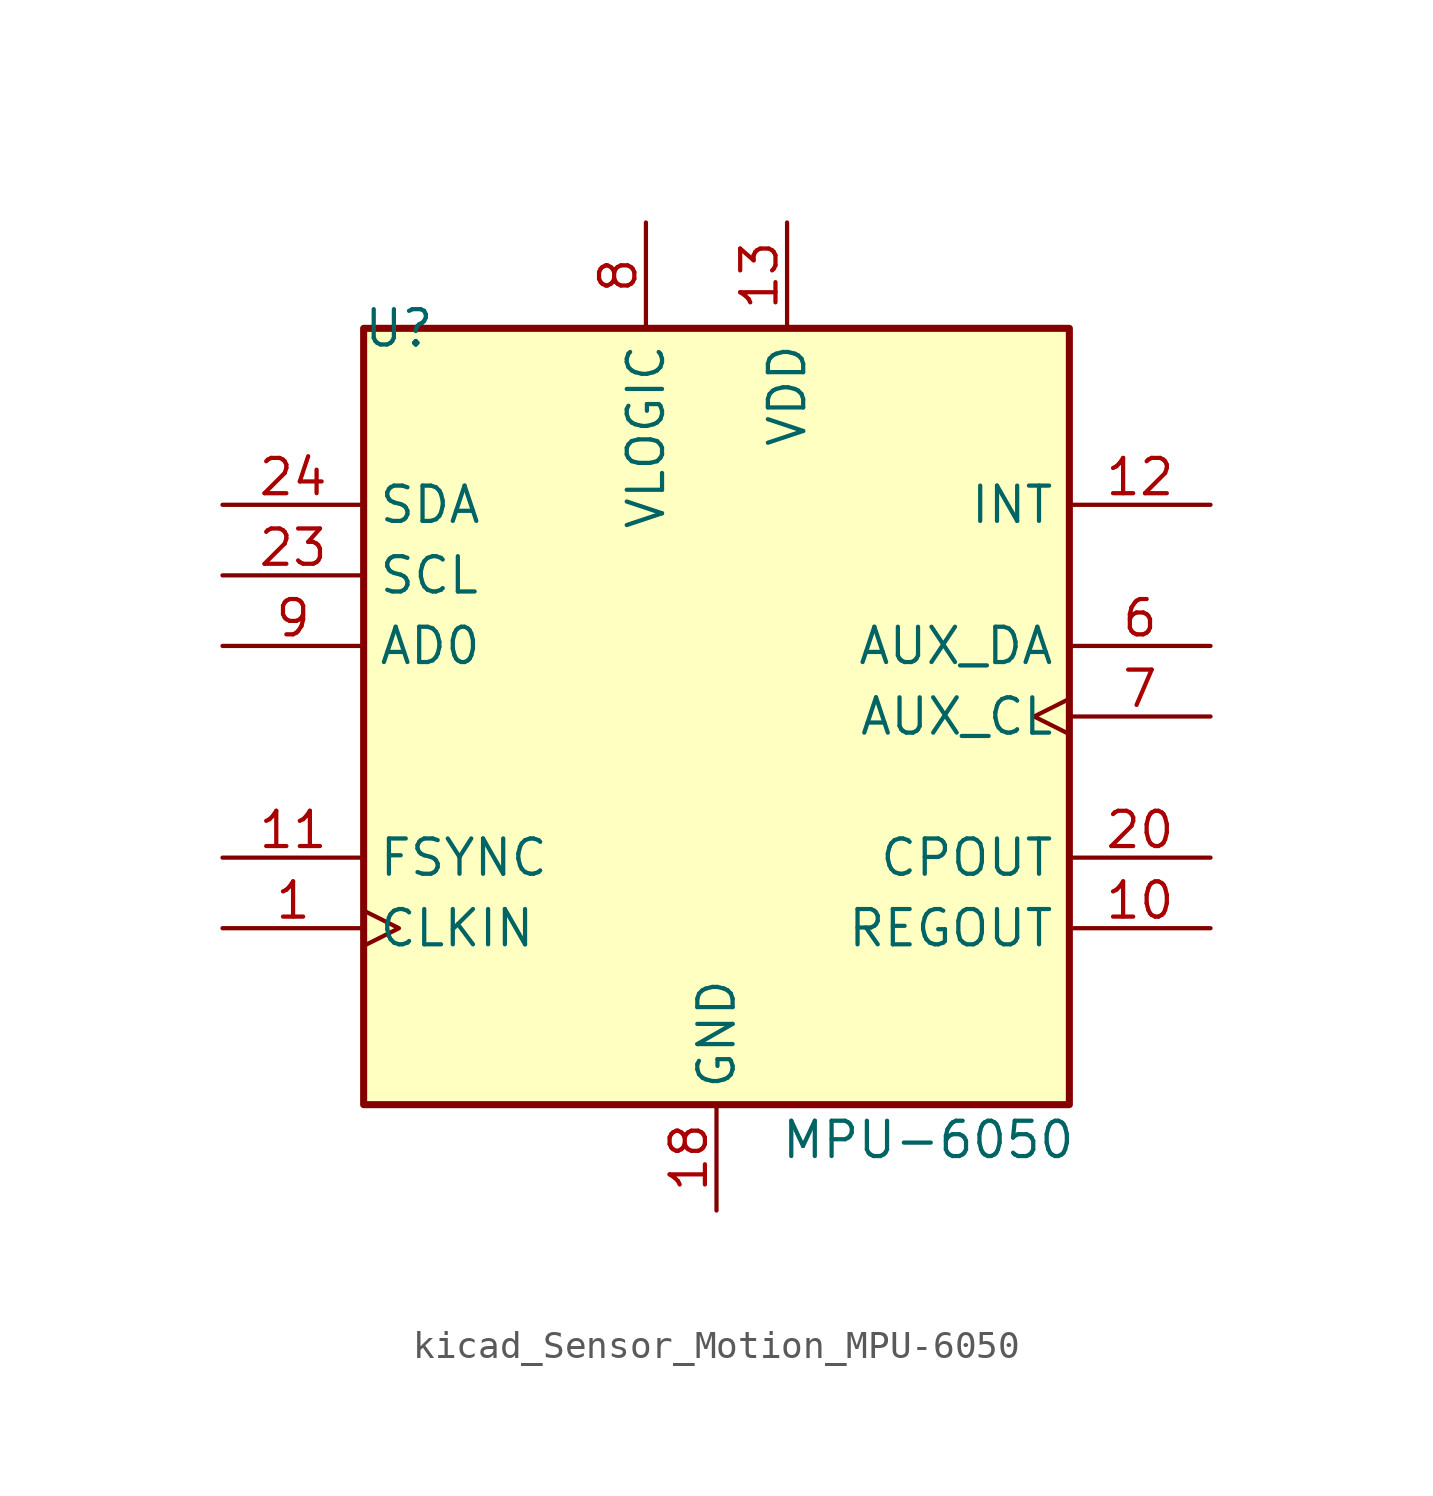
<source format=kicad_sym>
(kicad_symbol_lib
  (version 20220914)
  (generator kicad_symbol_editor)
  (symbol "kicad_Sensor_Motion_MPU-6050"
    (property "Reference" "U"
      (at -11.43 13.97 0)
      (effects (font (size 1.27 1.27))))
    (property "Value" "MPU-6050"
      (at 7.62 -15.24 0)
      (effects (font (size 1.27 1.27))))
    (symbol "kicad_Sensor_Motion_MPU-6050_0_0"
      (text "" (at 12.7 -2.54 0) (effects (font (size 1.27 1.27)))))
    (symbol "kicad_Sensor_Motion_MPU-6050_0_1"
      (rectangle (start -12.7 13.97) (end 12.7 -13.97) (stroke (width 0.254) (type default)) (fill (type background))))
    (symbol "kicad_Sensor_Motion_MPU-6050_1_1"
      (pin input clock (at -17.78 -7.62 0) (length 5.08) (name "CLKIN" (effects (font (size 1.27 1.27)))) (number "1" (effects (font (size 1.27 1.27)))))
      (pin passive line (at 17.78 -7.62 180) (length 5.08) (name "REGOUT" (effects (font (size 1.27 1.27)))) (number "10" (effects (font (size 1.27 1.27)))))
      (pin input line (at -17.78 -5.08 0) (length 5.08) (name "FSYNC" (effects (font (size 1.27 1.27)))) (number "11" (effects (font (size 1.27 1.27)))))
      (pin output line (at 17.78 7.62 180) (length 5.08) (name "INT" (effects (font (size 1.27 1.27)))) (number "12" (effects (font (size 1.27 1.27)))))
      (pin power_in line (at 2.54 17.78 270) (length 3.81) (name "VDD" (effects (font (size 1.27 1.27)))) (number "13" (effects (font (size 1.27 1.27)))))
      (pin no_connect line (at -12.7 -10.16 0) (length 2.54) hide (name "NC" (effects (font (size 1.27 1.27)))) (number "14" (effects (font (size 1.27 1.27)))))
      (pin no_connect line (at 12.7 12.7 180) (length 2.54) hide (name "NC" (effects (font (size 1.27 1.27)))) (number "15" (effects (font (size 1.27 1.27)))))
      (pin no_connect line (at 12.7 10.16 180) (length 2.54) hide (name "NC" (effects (font (size 1.27 1.27)))) (number "16" (effects (font (size 1.27 1.27)))))
      (pin no_connect line (at 12.7 5.08 180) (length 2.54) hide (name "NC" (effects (font (size 1.27 1.27)))) (number "17" (effects (font (size 1.27 1.27)))))
      (pin power_in line (at 0 -17.78 90) (length 3.81) (name "GND" (effects (font (size 1.27 1.27)))) (number "18" (effects (font (size 1.27 1.27)))))
      (pin no_connect line (at 12.7 -10.16 180) (length 2.54) hide (name "RESV" (effects (font (size 1.27 1.27)))) (number "19" (effects (font (size 1.27 1.27)))))
      (pin no_connect line (at -12.7 12.7 0) (length 2.54) hide (name "NC" (effects (font (size 1.27 1.27)))) (number "2" (effects (font (size 1.27 1.27)))))
      (pin passive line (at 17.78 -5.08 180) (length 5.08) (name "CPOUT" (effects (font (size 1.27 1.27)))) (number "20" (effects (font (size 1.27 1.27)))))
      (pin no_connect line (at 12.7 -2.54 180) (length 2.54) hide (name "RESV" (effects (font (size 1.27 1.27)))) (number "21" (effects (font (size 1.27 1.27)))))
      (pin no_connect line (at 12.7 -12.7 180) (length 2.54) hide (name "RESV" (effects (font (size 1.27 1.27)))) (number "22" (effects (font (size 1.27 1.27)))))
      (pin input line (at -17.78 5.08 0) (length 5.08) (name "SCL" (effects (font (size 1.27 1.27)))) (number "23" (effects (font (size 1.27 1.27)))))
      (pin bidirectional line (at -17.78 7.62 0) (length 5.08) (name "SDA" (effects (font (size 1.27 1.27)))) (number "24" (effects (font (size 1.27 1.27)))))
      (pin no_connect line (at -12.7 10.16 0) (length 2.54) hide (name "NC" (effects (font (size 1.27 1.27)))) (number "3" (effects (font (size 1.27 1.27)))))
      (pin no_connect line (at -12.7 0 0) (length 2.54) hide (name "NC" (effects (font (size 1.27 1.27)))) (number "4" (effects (font (size 1.27 1.27)))))
      (pin no_connect line (at -12.7 -2.54 0) (length 2.54) hide (name "NC" (effects (font (size 1.27 1.27)))) (number "5" (effects (font (size 1.27 1.27)))))
      (pin bidirectional line (at 17.78 2.54 180) (length 5.08) (name "AUX_DA" (effects (font (size 1.27 1.27)))) (number "6" (effects (font (size 1.27 1.27)))))
      (pin output clock (at 17.78 0 180) (length 5.08) (name "AUX_CL" (effects (font (size 1.27 1.27)))) (number "7" (effects (font (size 1.27 1.27)))))
      (pin power_in line (at -2.54 17.78 270) (length 3.81) (name "VLOGIC" (effects (font (size 1.27 1.27)))) (number "8" (effects (font (size 1.27 1.27)))))
      (pin input line (at -17.78 2.54 0) (length 5.08) (name "AD0" (effects (font (size 1.27 1.27)))) (number "9" (effects (font (size 1.27 1.27))))))))
</source>
